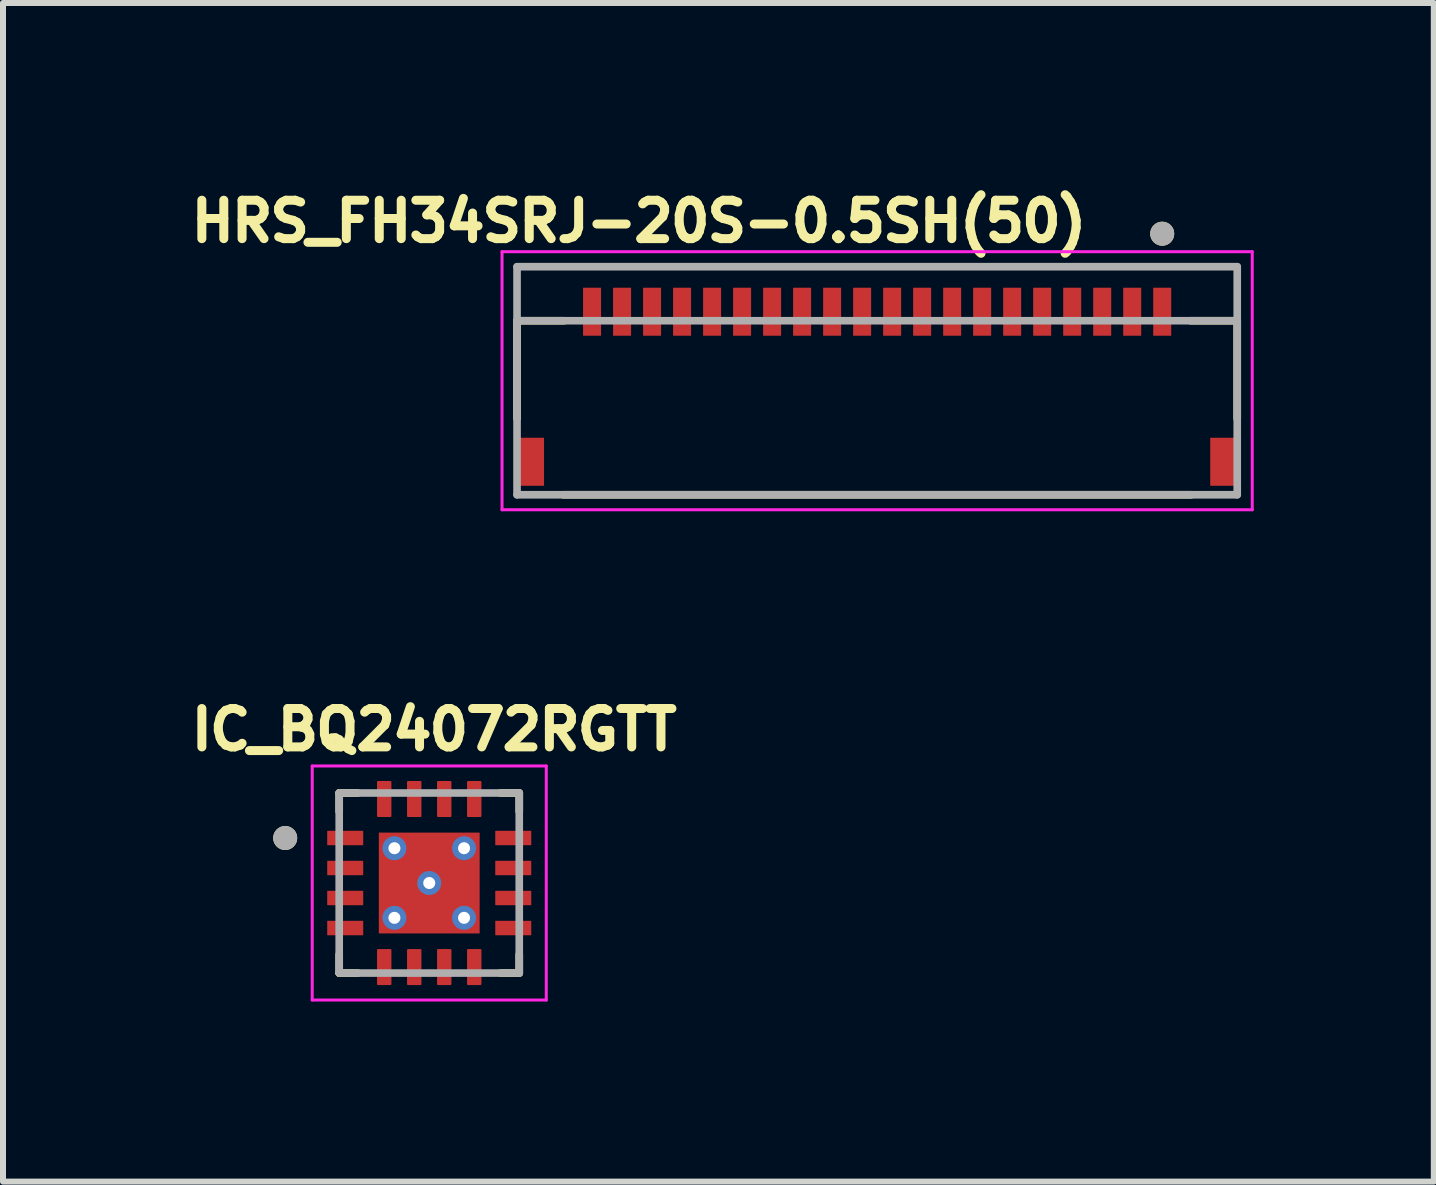
<source format=kicad_pcb>
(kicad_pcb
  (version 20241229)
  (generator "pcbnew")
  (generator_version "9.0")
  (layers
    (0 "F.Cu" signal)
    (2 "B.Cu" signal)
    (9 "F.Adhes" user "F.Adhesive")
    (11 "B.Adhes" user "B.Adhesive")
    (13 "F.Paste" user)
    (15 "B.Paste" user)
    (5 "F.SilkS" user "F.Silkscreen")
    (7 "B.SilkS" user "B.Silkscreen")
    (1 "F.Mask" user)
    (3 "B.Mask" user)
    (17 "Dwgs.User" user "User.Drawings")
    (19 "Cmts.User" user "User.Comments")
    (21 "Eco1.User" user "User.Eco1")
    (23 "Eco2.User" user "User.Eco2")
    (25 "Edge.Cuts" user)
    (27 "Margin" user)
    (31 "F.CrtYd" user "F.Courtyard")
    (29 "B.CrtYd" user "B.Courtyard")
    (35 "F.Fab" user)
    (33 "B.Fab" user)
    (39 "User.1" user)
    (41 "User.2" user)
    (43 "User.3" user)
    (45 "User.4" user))
  (footprint "HRS_FH34SRJ-20S-0.5SH(50)"
    (layer "F.Cu")
    (at 11.565 3.394)
    (property "Reference" "HRS_FH34SRJ-20S-0.5SH(50)" (at -3.968 -2.756 0) (layer "F.SilkS") (effects (font (size 0.64 0.64) (thickness 0.15))))
    (attr through_hole)
    (fp_line (start -6 -1.1) (end -6 0.53) (stroke (width 0.127) (type solid)) (layer "F.SilkS"))
    (fp_line (start -5.23 1.8) (end 5.23 1.8) (stroke (width 0.127) (type solid)) (layer "F.SilkS"))
    (fp_line (start -5.22 -1.1) (end -6 -1.1) (stroke (width 0.127) (type solid)) (layer "F.SilkS"))
    (fp_line (start 5.22 -1.1) (end 6 -1.1) (stroke (width 0.127) (type solid)) (layer "F.SilkS"))
    (fp_line (start 6 -1.1) (end 6 0.53) (stroke (width 0.127) (type solid)) (layer "F.SilkS"))
    (fp_circle (center 4.75 -2.55) (end 4.85 -2.55) (stroke (width 0.2) (type solid)) (fill no) (layer "F.SilkS"))
    (fp_poly (pts (xy -4.875 -1.65) (xy -4.625 -1.65) (xy -4.625 -1) (xy -4.875 -1)) (stroke (width 0.01) (type solid)) (fill yes) (layer "F.Paste"))
    (fp_poly (pts (xy -4.375 -1.65) (xy -4.125 -1.65) (xy -4.125 -1) (xy -4.375 -1)) (stroke (width 0.01) (type solid)) (fill yes) (layer "F.Paste"))
    (fp_poly (pts (xy -3.875 -1.65) (xy -3.625 -1.65) (xy -3.625 -1) (xy -3.875 -1)) (stroke (width 0.01) (type solid)) (fill yes) (layer "F.Paste"))
    (fp_poly (pts (xy -3.375 -1.65) (xy -3.125 -1.65) (xy -3.125 -1) (xy -3.375 -1)) (stroke (width 0.01) (type solid)) (fill yes) (layer "F.Paste"))
    (fp_poly (pts (xy -2.875 -1.65) (xy -2.625 -1.65) (xy -2.625 -1) (xy -2.875 -1)) (stroke (width 0.01) (type solid)) (fill yes) (layer "F.Paste"))
    (fp_poly (pts (xy -2.375 -1.65) (xy -2.125 -1.65) (xy -2.125 -1) (xy -2.375 -1)) (stroke (width 0.01) (type solid)) (fill yes) (layer "F.Paste"))
    (fp_poly (pts (xy -1.875 -1.65) (xy -1.625 -1.65) (xy -1.625 -1) (xy -1.875 -1)) (stroke (width 0.01) (type solid)) (fill yes) (layer "F.Paste"))
    (fp_poly (pts (xy -1.375 -1.65) (xy -1.125 -1.65) (xy -1.125 -1) (xy -1.375 -1)) (stroke (width 0.01) (type solid)) (fill yes) (layer "F.Paste"))
    (fp_poly (pts (xy -0.875 -1.65) (xy -0.625 -1.65) (xy -0.625 -1) (xy -0.875 -1)) (stroke (width 0.01) (type solid)) (fill yes) (layer "F.Paste"))
    (fp_poly (pts (xy -0.375 -1.65) (xy -0.125 -1.65) (xy -0.125 -1) (xy -0.375 -1)) (stroke (width 0.01) (type solid)) (fill yes) (layer "F.Paste"))
    (fp_poly (pts (xy 0.125 -1.65) (xy 0.375 -1.65) (xy 0.375 -1) (xy 0.125 -1)) (stroke (width 0.01) (type solid)) (fill yes) (layer "F.Paste"))
    (fp_poly (pts (xy 0.625 -1.65) (xy 0.875 -1.65) (xy 0.875 -1) (xy 0.625 -1)) (stroke (width 0.01) (type solid)) (fill yes) (layer "F.Paste"))
    (fp_poly (pts (xy 1.125 -1.65) (xy 1.375 -1.65) (xy 1.375 -1) (xy 1.125 -1)) (stroke (width 0.01) (type solid)) (fill yes) (layer "F.Paste"))
    (fp_poly (pts (xy 1.625 -1.65) (xy 1.875 -1.65) (xy 1.875 -1) (xy 1.625 -1)) (stroke (width 0.01) (type solid)) (fill yes) (layer "F.Paste"))
    (fp_poly (pts (xy 2.125 -1.65) (xy 2.375 -1.65) (xy 2.375 -1) (xy 2.125 -1)) (stroke (width 0.01) (type solid)) (fill yes) (layer "F.Paste"))
    (fp_poly (pts (xy 2.625 -1.65) (xy 2.875 -1.65) (xy 2.875 -1) (xy 2.625 -1)) (stroke (width 0.01) (type solid)) (fill yes) (layer "F.Paste"))
    (fp_poly (pts (xy 3.125 -1.65) (xy 3.375 -1.65) (xy 3.375 -1) (xy 3.125 -1)) (stroke (width 0.01) (type solid)) (fill yes) (layer "F.Paste"))
    (fp_poly (pts (xy 3.625 -1.65) (xy 3.875 -1.65) (xy 3.875 -1) (xy 3.625 -1)) (stroke (width 0.01) (type solid)) (fill yes) (layer "F.Paste"))
    (fp_poly (pts (xy 4.125 -1.65) (xy 4.375 -1.65) (xy 4.375 -1) (xy 4.125 -1)) (stroke (width 0.01) (type solid)) (fill yes) (layer "F.Paste"))
    (fp_poly (pts (xy 4.625 -1.65) (xy 4.875 -1.65) (xy 4.875 -1) (xy 4.625 -1)) (stroke (width 0.01) (type solid)) (fill yes) (layer "F.Paste"))
    (fp_line (start -6.25 -2.25) (end -6.25 2.05) (stroke (width 0.05) (type solid)) (layer "F.CrtYd"))
    (fp_line (start -6.25 2.05) (end 6.25 2.05) (stroke (width 0.05) (type solid)) (layer "F.CrtYd"))
    (fp_line (start 6.25 -2.25) (end -6.25 -2.25) (stroke (width 0.05) (type solid)) (layer "F.CrtYd"))
    (fp_line (start 6.25 2.05) (end 6.25 -2.25) (stroke (width 0.05) (type solid)) (layer "F.CrtYd"))
    (fp_line (start -6 -2) (end 6 -2) (stroke (width 0.127) (type solid)) (layer "F.Fab"))
    (fp_line (start -6 -1.1) (end -6 -2) (stroke (width 0.127) (type solid)) (layer "F.Fab"))
    (fp_line (start -6 -1.1) (end 6 -1.1) (stroke (width 0.127) (type solid)) (layer "F.Fab"))
    (fp_line (start -6 1.8) (end -6 -1.1) (stroke (width 0.127) (type solid)) (layer "F.Fab"))
    (fp_line (start 6 -2) (end 6 -1.1) (stroke (width 0.127) (type solid)) (layer "F.Fab"))
    (fp_line (start 6 -1.1) (end 6 1.8) (stroke (width 0.127) (type solid)) (layer "F.Fab"))
    (fp_line (start 6 1.8) (end -6 1.8) (stroke (width 0.127) (type solid)) (layer "F.Fab"))
    (fp_circle (center 4.75 -2.55) (end 4.85 -2.55) (stroke (width 0.2) (type solid)) (fill no) (layer "F.Fab"))
    (pad "1" smd rect (at 4.75 -1.25) (size 0.3 0.8) (layers "F.Cu" "F.Mask"))
    (pad "2" smd rect (at 4.25 -1.25) (size 0.3 0.8) (layers "F.Cu" "F.Mask"))
    (pad "3" smd rect (at 3.75 -1.25) (size 0.3 0.8) (layers "F.Cu" "F.Mask"))
    (pad "4" smd rect (at 3.25 -1.25) (size 0.3 0.8) (layers "F.Cu" "F.Mask"))
    (pad "5" smd rect (at 2.75 -1.25) (size 0.3 0.8) (layers "F.Cu" "F.Mask"))
    (pad "6" smd rect (at 2.25 -1.25) (size 0.3 0.8) (layers "F.Cu" "F.Mask"))
    (pad "7" smd rect (at 1.75 -1.25) (size 0.3 0.8) (layers "F.Cu" "F.Mask"))
    (pad "8" smd rect (at 1.25 -1.25) (size 0.3 0.8) (layers "F.Cu" "F.Mask"))
    (pad "9" smd rect (at 0.75 -1.25) (size 0.3 0.8) (layers "F.Cu" "F.Mask"))
    (pad "10" smd rect (at 0.25 -1.25) (size 0.3 0.8) (layers "F.Cu" "F.Mask"))
    (pad "11" smd rect (at -0.25 -1.25) (size 0.3 0.8) (layers "F.Cu" "F.Mask"))
    (pad "12" smd rect (at -0.75 -1.25) (size 0.3 0.8) (layers "F.Cu" "F.Mask"))
    (pad "13" smd rect (at -1.25 -1.25) (size 0.3 0.8) (layers "F.Cu" "F.Mask"))
    (pad "14" smd rect (at -1.75 -1.25) (size 0.3 0.8) (layers "F.Cu" "F.Mask"))
    (pad "15" smd rect (at -2.25 -1.25) (size 0.3 0.8) (layers "F.Cu" "F.Mask"))
    (pad "16" smd rect (at -2.75 -1.25) (size 0.3 0.8) (layers "F.Cu" "F.Mask"))
    (pad "17" smd rect (at -3.25 -1.25) (size 0.3 0.8) (layers "F.Cu" "F.Mask"))
    (pad "18" smd rect (at -3.75 -1.25) (size 0.3 0.8) (layers "F.Cu" "F.Mask"))
    (pad "19" smd rect (at -4.25 -1.25) (size 0.3 0.8) (layers "F.Cu" "F.Mask"))
    (pad "20" smd rect (at -4.75 -1.25) (size 0.3 0.8) (layers "F.Cu" "F.Mask"))
    (pad "S1" smd rect (at 5.75 1.25) (size 0.4 0.8) (layers "F.Cu" "F.Mask" "F.Paste"))
    (pad "S2" smd rect (at -5.75 1.25) (size 0.4 0.8) (layers "F.Cu" "F.Mask" "F.Paste")))
  (footprint "IC_BQ24072RGTT"
    (layer "F.Cu")
    (at 4.102 11.663)
    (property "Reference" "IC_BQ24072RGTT" (at 0.082 -2.556 0) (layer "F.SilkS") (effects (font (size 0.64 0.64) (thickness 0.15))))
    (attr through_hole)
    (fp_line (start -1.5 -1.5) (end -1.5 -1.19) (stroke (width 0.127) (type solid)) (layer "F.SilkS"))
    (fp_line (start -1.5 -1.5) (end -1.19 -1.5) (stroke (width 0.127) (type solid)) (layer "F.SilkS"))
    (fp_line (start -1.5 1.5) (end -1.5 1.19) (stroke (width 0.127) (type solid)) (layer "F.SilkS"))
    (fp_line (start -1.5 1.5) (end -1.19 1.5) (stroke (width 0.127) (type solid)) (layer "F.SilkS"))
    (fp_line (start 1.5 -1.5) (end 1.19 -1.5) (stroke (width 0.127) (type solid)) (layer "F.SilkS"))
    (fp_line (start 1.5 -1.5) (end 1.5 -1.19) (stroke (width 0.127) (type solid)) (layer "F.SilkS"))
    (fp_line (start 1.5 1.5) (end 1.19 1.5) (stroke (width 0.127) (type solid)) (layer "F.SilkS"))
    (fp_line (start 1.5 1.5) (end 1.5 1.19) (stroke (width 0.127) (type solid)) (layer "F.SilkS"))
    (fp_circle (center -2.4 -0.75) (end -2.3 -0.75) (stroke (width 0.2) (type solid)) (fill no) (layer "F.SilkS"))
    (fp_poly (pts (xy -0.53 -0.53) (xy 0.53 -0.53) (xy 0.53 0.53) (xy -0.53 0.53)) (stroke (width 0.01) (type solid)) (fill yes) (layer "F.Paste"))
    (fp_line (start -1.95 -1.95) (end -1.95 1.95) (stroke (width 0.05) (type solid)) (layer "F.CrtYd"))
    (fp_line (start -1.95 1.95) (end 1.95 1.95) (stroke (width 0.05) (type solid)) (layer "F.CrtYd"))
    (fp_line (start 1.95 -1.95) (end -1.95 -1.95) (stroke (width 0.05) (type solid)) (layer "F.CrtYd"))
    (fp_line (start 1.95 1.95) (end 1.95 -1.95) (stroke (width 0.05) (type solid)) (layer "F.CrtYd"))
    (fp_line (start -1.5 1.5) (end -1.5 -1.5) (stroke (width 0.127) (type solid)) (layer "F.Fab"))
    (fp_line (start 1.5 -1.5) (end -1.5 -1.5) (stroke (width 0.127) (type solid)) (layer "F.Fab"))
    (fp_line (start 1.5 1.5) (end -1.5 1.5) (stroke (width 0.127) (type solid)) (layer "F.Fab"))
    (fp_line (start 1.5 1.5) (end 1.5 -1.5) (stroke (width 0.127) (type solid)) (layer "F.Fab"))
    (fp_circle (center -2.4 -0.75) (end -2.3 -0.75) (stroke (width 0.2) (type solid)) (fill no) (layer "F.Fab"))
    (pad "1" smd roundrect (at -1.4 -0.75) (size 0.6 0.24) (layers "F.Cu" "F.Mask" "F.Paste") (roundrect_rratio 0.03))
    (pad "2" smd roundrect (at -1.4 -0.25) (size 0.6 0.24) (layers "F.Cu" "F.Mask" "F.Paste") (roundrect_rratio 0.03))
    (pad "3" smd roundrect (at -1.4 0.25) (size 0.6 0.24) (layers "F.Cu" "F.Mask" "F.Paste") (roundrect_rratio 0.03))
    (pad "4" smd roundrect (at -1.4 0.75) (size 0.6 0.24) (layers "F.Cu" "F.Mask" "F.Paste") (roundrect_rratio 0.03))
    (pad "5" smd roundrect (at -0.75 1.4) (size 0.24 0.6) (layers "F.Cu" "F.Mask" "F.Paste") (roundrect_rratio 0.07))
    (pad "6" smd roundrect (at -0.25 1.4) (size 0.24 0.6) (layers "F.Cu" "F.Mask" "F.Paste") (roundrect_rratio 0.07))
    (pad "7" smd roundrect (at 0.25 1.4) (size 0.24 0.6) (layers "F.Cu" "F.Mask" "F.Paste") (roundrect_rratio 0.07))
    (pad "8" smd roundrect (at 0.75 1.4) (size 0.24 0.6) (layers "F.Cu" "F.Mask" "F.Paste") (roundrect_rratio 0.07))
    (pad "9" smd roundrect (at 1.4 0.75) (size 0.6 0.24) (layers "F.Cu" "F.Mask" "F.Paste") (roundrect_rratio 0.03))
    (pad "10" smd roundrect (at 1.4 0.25) (size 0.6 0.24) (layers "F.Cu" "F.Mask" "F.Paste") (roundrect_rratio 0.03))
    (pad "11" smd roundrect (at 1.4 -0.25) (size 0.6 0.24) (layers "F.Cu" "F.Mask" "F.Paste") (roundrect_rratio 0.03))
    (pad "12" smd roundrect (at 1.4 -0.75) (size 0.6 0.24) (layers "F.Cu" "F.Mask" "F.Paste") (roundrect_rratio 0.03))
    (pad "13" smd roundrect (at 0.75 -1.4) (size 0.24 0.6) (layers "F.Cu" "F.Mask" "F.Paste") (roundrect_rratio 0.07))
    (pad "14" smd roundrect (at 0.25 -1.4) (size 0.24 0.6) (layers "F.Cu" "F.Mask" "F.Paste") (roundrect_rratio 0.07))
    (pad "15" smd roundrect (at -0.25 -1.4) (size 0.24 0.6) (layers "F.Cu" "F.Mask" "F.Paste") (roundrect_rratio 0.07))
    (pad "16" smd roundrect (at -0.75 -1.4) (size 0.24 0.6) (layers "F.Cu" "F.Mask" "F.Paste") (roundrect_rratio 0.07))
    (pad "17" thru_hole circle (at -0.58 -0.58) (size 0.4 0.4) (drill 0.2) (layers "*.Cu"))
    (pad "17" thru_hole circle (at -0.58 0.58) (size 0.4 0.4) (drill 0.2) (layers "*.Cu"))
    (pad "17" thru_hole circle (at 0 0) (size 0.4 0.4) (drill 0.2) (layers "*.Cu"))
    (pad "17" smd rect (at 0 0) (size 1.68 1.68) (layers "F.Cu" "F.Mask"))
    (pad "17" thru_hole circle (at 0.58 -0.58) (size 0.4 0.4) (drill 0.2) (layers "*.Cu"))
    (pad "17" thru_hole circle (at 0.58 0.58) (size 0.4 0.4) (drill 0.2) (layers "*.Cu")))
  (gr_rect
    (start -3 -3)
    (end 20.84 16.638)
    (stroke (width 0.1) (type default))
    (fill no)
    (layer "Edge.Cuts")))
</source>
